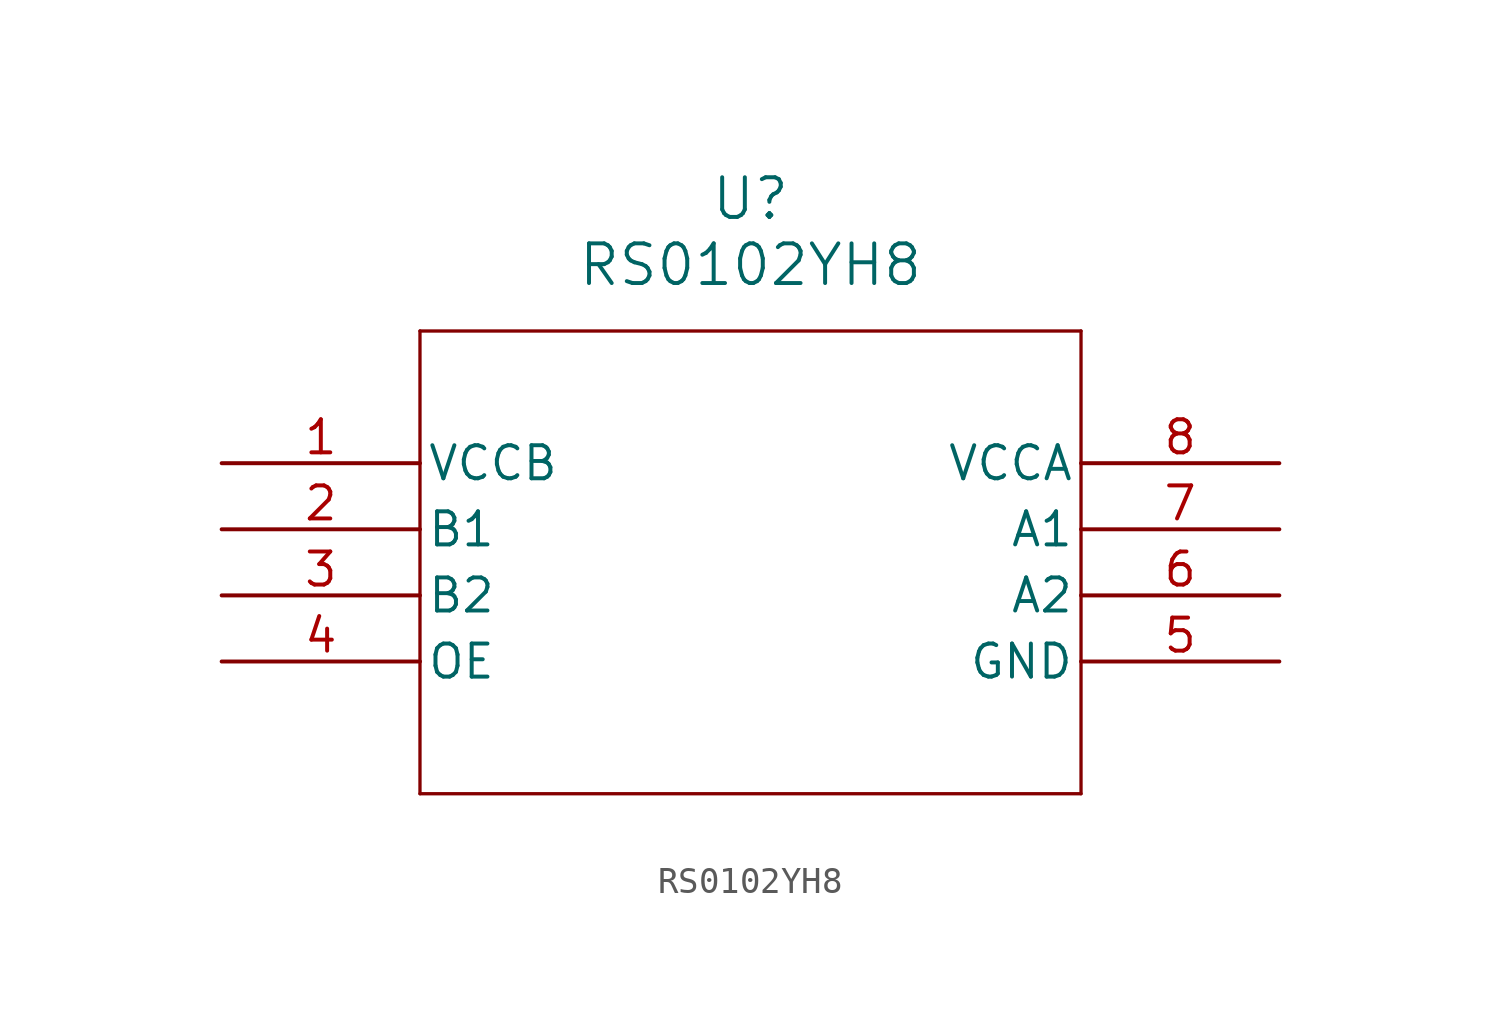
<source format=kicad_sym>
(kicad_symbol_lib
  (version 20211014)
  (generator kicad_symbol_editor)
  (symbol "RS0102YH8"
    (pin_names
      (offset 0.254))
    (property "Reference" "U"
      (at 20.32 10.16 0)
      (effects (font (size 1.524 1.524))))
    (property "Value" "RS0102YH8"
      (at 20.32 7.62 0)
      (effects (font (size 1.524 1.524))))
    (symbol "RS0102YH8_0_1"
      (polyline (pts (xy 7.62 5.08) (xy 7.62 -12.7)) (stroke (width 0.127) (type default) (color 0 0 0 0)) (fill (type none)))
      (polyline (pts (xy 7.62 -12.7) (xy 33.02 -12.7)) (stroke (width 0.127) (type default) (color 0 0 0 0)) (fill (type none)))
      (polyline (pts (xy 33.02 -12.7) (xy 33.02 5.08)) (stroke (width 0.127) (type default) (color 0 0 0 0)) (fill (type none)))
      (polyline (pts (xy 33.02 5.08) (xy 7.62 5.08)) (stroke (width 0.127) (type default) (color 0 0 0 0)) (fill (type none)))
      (pin power_in line (at 0 0 0) (length 7.62) (name "VCCB" (effects (font (size 1.27 1.27)))) (number "1" (effects (font (size 1.27 1.27)))))
      (pin bidirectional line (at 0 -2.54 0) (length 7.62) (name "B1" (effects (font (size 1.27 1.27)))) (number "2" (effects (font (size 1.27 1.27)))))
      (pin bidirectional line (at 0 -5.08 0) (length 7.62) (name "B2" (effects (font (size 1.27 1.27)))) (number "3" (effects (font (size 1.27 1.27)))))
      (pin input line (at 0 -7.62 0) (length 7.62) (name "OE" (effects (font (size 1.27 1.27)))) (number "4" (effects (font (size 1.27 1.27)))))
      (pin power_out line (at 40.64 -7.62 180) (length 7.62) (name "GND" (effects (font (size 1.27 1.27)))) (number "5" (effects (font (size 1.27 1.27)))))
      (pin bidirectional line (at 40.64 -5.08 180) (length 7.62) (name "A2" (effects (font (size 1.27 1.27)))) (number "6" (effects (font (size 1.27 1.27)))))
      (pin bidirectional line (at 40.64 -2.54 180) (length 7.62) (name "A1" (effects (font (size 1.27 1.27)))) (number "7" (effects (font (size 1.27 1.27)))))
      (pin power_in line (at 40.64 0 180) (length 7.62) (name "VCCA" (effects (font (size 1.27 1.27)))) (number "8" (effects (font (size 1.27 1.27))))))))
</source>
